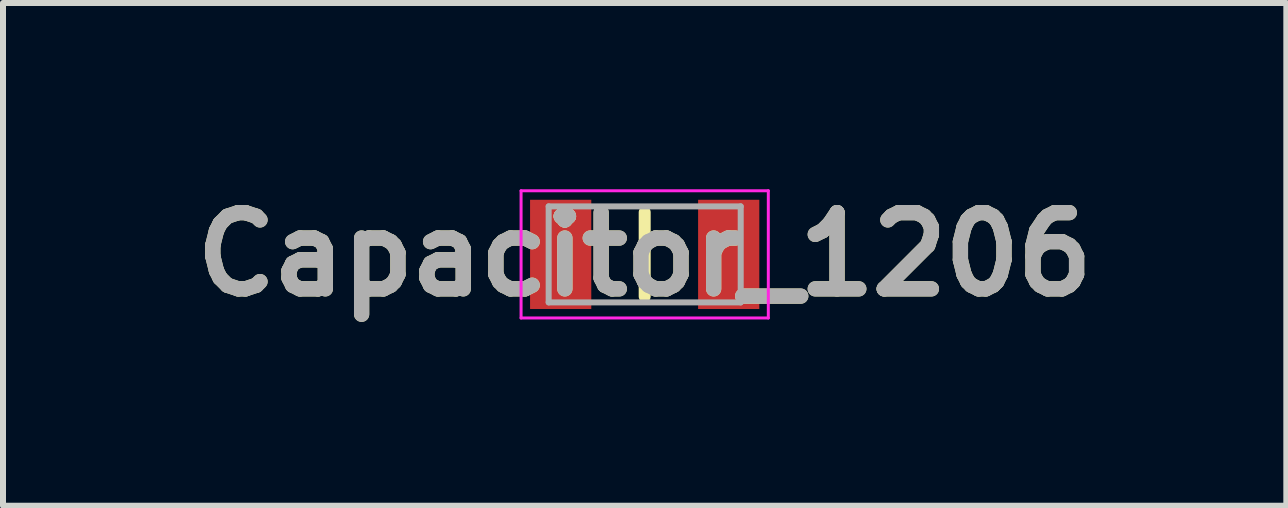
<source format=kicad_pcb>
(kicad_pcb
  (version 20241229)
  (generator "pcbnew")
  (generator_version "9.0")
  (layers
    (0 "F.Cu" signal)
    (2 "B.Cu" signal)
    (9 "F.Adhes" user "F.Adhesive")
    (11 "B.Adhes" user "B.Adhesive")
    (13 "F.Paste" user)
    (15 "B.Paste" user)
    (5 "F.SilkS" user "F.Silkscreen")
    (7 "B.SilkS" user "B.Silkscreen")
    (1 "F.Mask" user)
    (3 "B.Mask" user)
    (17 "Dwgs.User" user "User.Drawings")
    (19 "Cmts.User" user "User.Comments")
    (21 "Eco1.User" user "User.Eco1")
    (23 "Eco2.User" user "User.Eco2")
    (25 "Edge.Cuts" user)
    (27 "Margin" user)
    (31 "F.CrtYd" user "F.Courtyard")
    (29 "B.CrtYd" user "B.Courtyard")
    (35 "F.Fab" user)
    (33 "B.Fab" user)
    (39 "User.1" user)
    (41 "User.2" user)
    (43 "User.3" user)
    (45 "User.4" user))
  (footprint "Capacitor_1206"
    (layer "F.Cu")
    (at 7.693 1.189)
    (property "Reference" "Capacitor_1206" (at 0 0 0) (layer "F.SilkS") (effects (font (size 1.27 1.27) (thickness 0.254))))
    (attr smd)
    (fp_line (start 0 -0.7) (end 0 0.7) (stroke (width 0.2) (type solid)) (layer "F.SilkS"))
    (fp_line (start -2.06 -1.06) (end 2.06 -1.06) (stroke (width 0.05) (type solid)) (layer "F.CrtYd"))
    (fp_line (start -2.06 1.06) (end -2.06 -1.06) (stroke (width 0.05) (type solid)) (layer "F.CrtYd"))
    (fp_line (start 2.06 -1.06) (end 2.06 1.06) (stroke (width 0.05) (type solid)) (layer "F.CrtYd"))
    (fp_line (start 2.06 1.06) (end -2.06 1.06) (stroke (width 0.05) (type solid)) (layer "F.CrtYd"))
    (fp_line (start -1.6 -0.8) (end 1.6 -0.8) (stroke (width 0.1) (type solid)) (layer "F.Fab"))
    (fp_line (start -1.6 0.8) (end -1.6 -0.8) (stroke (width 0.1) (type solid)) (layer "F.Fab"))
    (fp_line (start 1.6 -0.8) (end 1.6 0.8) (stroke (width 0.1) (type solid)) (layer "F.Fab"))
    (fp_line (start 1.6 0.8) (end -1.6 0.8) (stroke (width 0.1) (type solid)) (layer "F.Fab"))
    (fp_text user "${REFERENCE}" (at 0 0 0) (layer "F.Fab") (effects (font (size 1.27 1.27) (thickness 0.254))))
    (pad "1" smd rect (at -1.4 0) (size 1.02 1.82) (layers "F.Cu" "F.Mask" "F.Paste"))
    (pad "2" smd rect (at 1.4 0) (size 1.02 1.82) (layers "F.Cu" "F.Mask" "F.Paste")))
  (gr_rect
    (start -3 -3)
    (end 18.385 5.377)
    (stroke (width 0.1) (type default))
    (fill no)
    (layer "Edge.Cuts")))
</source>
